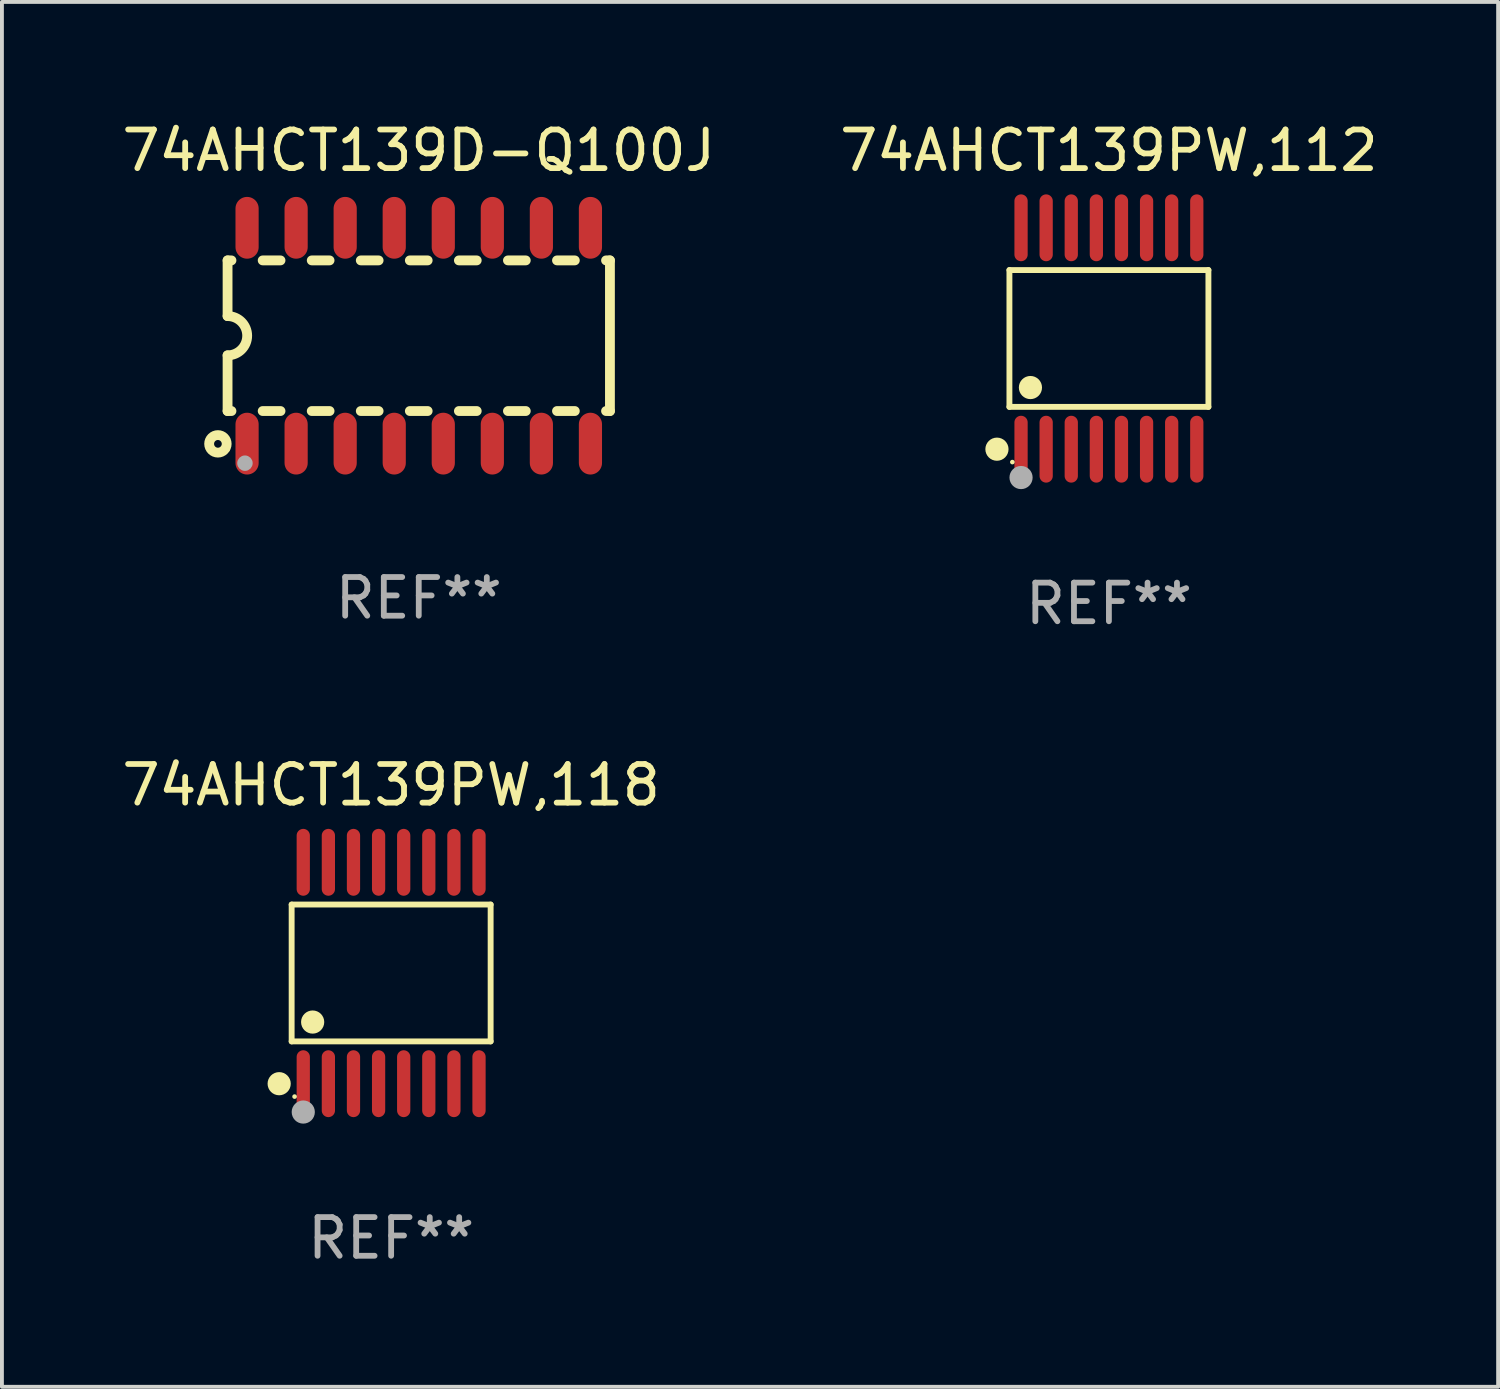
<source format=kicad_pcb>
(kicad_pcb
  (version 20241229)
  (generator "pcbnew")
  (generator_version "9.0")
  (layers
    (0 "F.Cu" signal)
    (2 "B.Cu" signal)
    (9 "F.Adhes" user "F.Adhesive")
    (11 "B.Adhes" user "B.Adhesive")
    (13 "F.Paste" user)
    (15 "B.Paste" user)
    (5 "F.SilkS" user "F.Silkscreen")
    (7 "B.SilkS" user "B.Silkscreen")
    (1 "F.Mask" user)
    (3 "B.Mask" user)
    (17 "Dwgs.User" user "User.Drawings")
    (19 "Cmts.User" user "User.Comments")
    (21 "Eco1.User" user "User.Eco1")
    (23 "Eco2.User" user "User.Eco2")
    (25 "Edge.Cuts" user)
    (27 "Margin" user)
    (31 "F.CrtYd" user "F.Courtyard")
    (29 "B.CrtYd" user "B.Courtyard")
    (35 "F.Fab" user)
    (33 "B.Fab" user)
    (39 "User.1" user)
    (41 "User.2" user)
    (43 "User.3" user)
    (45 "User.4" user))
  (footprint "74AHCT139D-Q100J"
    (layer "F.Cu")
    (at 7.792 5.642)
    (property "Reference" "74AHCT139D-Q100J" (at 0 -4.794 0) (layer "F.SilkS") (effects (font (size 1 1) (thickness 0.15))))
    (attr through_hole)
    (fp_line (start -4.95 -1.95) (end -4.95 -0.508) (stroke (width 0.254) (type solid)) (layer "F.SilkS"))
    (fp_line (start -4.95 -1.95) (end -4.849 -1.95) (stroke (width 0.254) (type solid)) (layer "F.SilkS"))
    (fp_line (start -4.95 1.95) (end -4.95 0.508) (stroke (width 0.254) (type solid)) (layer "F.SilkS"))
    (fp_line (start -4.95 1.95) (end -4.849 1.95) (stroke (width 0.254) (type solid)) (layer "F.SilkS"))
    (fp_line (start -4.041 -1.95) (end -3.579 -1.95) (stroke (width 0.254) (type solid)) (layer "F.SilkS"))
    (fp_line (start -4.041 1.95) (end -3.579 1.95) (stroke (width 0.254) (type solid)) (layer "F.SilkS"))
    (fp_line (start -2.771 -1.95) (end -2.309 -1.95) (stroke (width 0.254) (type solid)) (layer "F.SilkS"))
    (fp_line (start -2.771 1.95) (end -2.309 1.95) (stroke (width 0.254) (type solid)) (layer "F.SilkS"))
    (fp_line (start -1.501 -1.95) (end -1.039 -1.95) (stroke (width 0.254) (type solid)) (layer "F.SilkS"))
    (fp_line (start -1.501 1.95) (end -1.039 1.95) (stroke (width 0.254) (type solid)) (layer "F.SilkS"))
    (fp_line (start -0.231 -1.95) (end 0.231 -1.95) (stroke (width 0.254) (type solid)) (layer "F.SilkS"))
    (fp_line (start -0.231 1.95) (end 0.231 1.95) (stroke (width 0.254) (type solid)) (layer "F.SilkS"))
    (fp_line (start 1.039 -1.95) (end 1.501 -1.95) (stroke (width 0.254) (type solid)) (layer "F.SilkS"))
    (fp_line (start 1.039 1.95) (end 1.501 1.95) (stroke (width 0.254) (type solid)) (layer "F.SilkS"))
    (fp_line (start 2.309 -1.95) (end 2.771 -1.95) (stroke (width 0.254) (type solid)) (layer "F.SilkS"))
    (fp_line (start 2.309 1.95) (end 2.771 1.95) (stroke (width 0.254) (type solid)) (layer "F.SilkS"))
    (fp_line (start 3.579 -1.95) (end 4.041 -1.95) (stroke (width 0.254) (type solid)) (layer "F.SilkS"))
    (fp_line (start 3.579 1.95) (end 4.041 1.95) (stroke (width 0.254) (type solid)) (layer "F.SilkS"))
    (fp_line (start 4.849 -1.95) (end 4.95 -1.95) (stroke (width 0.254) (type solid)) (layer "F.SilkS"))
    (fp_line (start 4.849 1.95) (end 4.95 1.95) (stroke (width 0.254) (type solid)) (layer "F.SilkS"))
    (fp_line (start 4.95 -1.95) (end 4.95 1.95) (stroke (width 0.254) (type solid)) (layer "F.SilkS"))
    (fp_arc (start -4.95047 -0.508001) (mid -4.442469 -0.000228) (end -4.950013 0.508001) (stroke (width 0.254001) (type solid)) (layer "F.SilkS"))
    (fp_circle (center -5.2 2.8) (end -5.1 2.8) (stroke (width 0.254) (type solid)) (fill no) (layer "F.SilkS"))
    (fp_circle (center -4.95 2.947) (end -4.92 2.947) (stroke (width 0.06) (type solid)) (fill no) (layer "F.SilkS"))
    (fp_circle (center -4.5 3.3) (end -4.4 3.3) (stroke (width 0.2) (type solid)) (fill no) (layer "F.Fab"))
    (fp_text user "REF**" (at 0 6.794 0) (layer "F.Fab") (effects (font (size 1 1) (thickness 0.15))))
    (pad "1" smd oval (at -4.445 2.794) (size 0.6 1.6) (layers "F.Cu" "F.Mask" "F.Paste"))
    (pad "2" smd oval (at -3.175 2.794) (size 0.6 1.6) (layers "F.Cu" "F.Mask" "F.Paste"))
    (pad "3" smd oval (at -1.905 2.794) (size 0.6 1.6) (layers "F.Cu" "F.Mask" "F.Paste"))
    (pad "4" smd oval (at -0.635 2.794) (size 0.6 1.6) (layers "F.Cu" "F.Mask" "F.Paste"))
    (pad "5" smd oval (at 0.635 2.794) (size 0.6 1.6) (layers "F.Cu" "F.Mask" "F.Paste"))
    (pad "6" smd oval (at 1.905 2.794) (size 0.6 1.6) (layers "F.Cu" "F.Mask" "F.Paste"))
    (pad "7" smd oval (at 3.175 2.794) (size 0.6 1.6) (layers "F.Cu" "F.Mask" "F.Paste"))
    (pad "8" smd oval (at 4.445 2.794) (size 0.6 1.6) (layers "F.Cu" "F.Mask" "F.Paste"))
    (pad "9" smd oval (at 4.445 -2.794) (size 0.6 1.6) (layers "F.Cu" "F.Mask" "F.Paste"))
    (pad "10" smd oval (at 3.175 -2.794) (size 0.6 1.6) (layers "F.Cu" "F.Mask" "F.Paste"))
    (pad "11" smd oval (at 1.905 -2.794) (size 0.6 1.6) (layers "F.Cu" "F.Mask" "F.Paste"))
    (pad "12" smd oval (at 0.635 -2.794) (size 0.6 1.6) (layers "F.Cu" "F.Mask" "F.Paste"))
    (pad "13" smd oval (at -0.635 -2.794) (size 0.6 1.6) (layers "F.Cu" "F.Mask" "F.Paste"))
    (pad "14" smd oval (at -1.905 -2.794) (size 0.6 1.6) (layers "F.Cu" "F.Mask" "F.Paste"))
    (pad "15" smd oval (at -3.175 -2.794) (size 0.6 1.6) (layers "F.Cu" "F.Mask" "F.Paste"))
    (pad "16" smd oval (at -4.445 -2.794) (size 0.6 1.6) (layers "F.Cu" "F.Mask" "F.Paste")))
  (footprint "74AHCT139PW,112"
    (layer "F.Cu")
    (at 25.661 5.714)
    (property "Reference" "74AHCT139PW,112" (at 0 -4.866 0) (layer "F.SilkS") (effects (font (size 1 1) (thickness 0.15))))
    (attr through_hole)
    (fp_line (start -2.576 -1.772) (end 2.576 -1.772) (stroke (width 0.152) (type solid)) (layer "F.SilkS"))
    (fp_line (start -2.576 1.771) (end -2.576 -1.772) (stroke (width 0.152) (type solid)) (layer "F.SilkS"))
    (fp_line (start 2.576 -1.772) (end 2.576 1.771) (stroke (width 0.152) (type solid)) (layer "F.SilkS"))
    (fp_line (start 2.576 1.771) (end -2.576 1.771) (stroke (width 0.152) (type solid)) (layer "F.SilkS"))
    (fp_circle (center -2.899 2.866) (end -2.749 2.866) (stroke (width 0.3) (type solid)) (fill no) (layer "F.SilkS"))
    (fp_circle (center -2.5 3.2) (end -2.47 3.2) (stroke (width 0.06) (type solid)) (fill no) (layer "F.SilkS"))
    (fp_circle (center -2.032 1.27) (end -1.882 1.27) (stroke (width 0.3) (type solid)) (fill no) (layer "F.SilkS"))
    (fp_circle (center -2.275 3.6) (end -2.125 3.6) (stroke (width 0.3) (type solid)) (fill no) (layer "F.Fab"))
    (fp_text user "REF**" (at 0 6.866 0) (layer "F.Fab") (effects (font (size 1 1) (thickness 0.15))))
    (pad "1" smd oval (at -2.275 2.866) (size 0.343 1.731) (layers "F.Cu" "F.Mask" "F.Paste"))
    (pad "2" smd oval (at -1.625 2.866) (size 0.343 1.731) (layers "F.Cu" "F.Mask" "F.Paste"))
    (pad "3" smd oval (at -0.975 2.866) (size 0.343 1.731) (layers "F.Cu" "F.Mask" "F.Paste"))
    (pad "4" smd oval (at -0.325 2.866) (size 0.343 1.731) (layers "F.Cu" "F.Mask" "F.Paste"))
    (pad "5" smd oval (at 0.325 2.866) (size 0.343 1.731) (layers "F.Cu" "F.Mask" "F.Paste"))
    (pad "6" smd oval (at 0.975 2.866) (size 0.343 1.731) (layers "F.Cu" "F.Mask" "F.Paste"))
    (pad "7" smd oval (at 1.625 2.866) (size 0.343 1.731) (layers "F.Cu" "F.Mask" "F.Paste"))
    (pad "8" smd oval (at 2.275 2.866) (size 0.343 1.731) (layers "F.Cu" "F.Mask" "F.Paste"))
    (pad "9" smd oval (at 2.275 -2.866) (size 0.343 1.731) (layers "F.Cu" "F.Mask" "F.Paste"))
    (pad "10" smd oval (at 1.625 -2.866) (size 0.343 1.731) (layers "F.Cu" "F.Mask" "F.Paste"))
    (pad "11" smd oval (at 0.975 -2.866) (size 0.343 1.731) (layers "F.Cu" "F.Mask" "F.Paste"))
    (pad "12" smd oval (at 0.325 -2.866) (size 0.343 1.731) (layers "F.Cu" "F.Mask" "F.Paste"))
    (pad "13" smd oval (at -0.325 -2.866) (size 0.343 1.731) (layers "F.Cu" "F.Mask" "F.Paste"))
    (pad "14" smd oval (at -0.975 -2.866) (size 0.343 1.731) (layers "F.Cu" "F.Mask" "F.Paste"))
    (pad "15" smd oval (at -1.625 -2.866) (size 0.343 1.731) (layers "F.Cu" "F.Mask" "F.Paste"))
    (pad "16" smd oval (at -2.275 -2.866) (size 0.343 1.731) (layers "F.Cu" "F.Mask" "F.Paste")))
  (footprint "74AHCT139PW,118"
    (layer "F.Cu")
    (at 7.077 22.142)
    (property "Reference" "74AHCT139PW,118" (at 0 -4.866 0) (layer "F.SilkS") (effects (font (size 1 1) (thickness 0.15))))
    (attr through_hole)
    (fp_line (start -2.576 -1.772) (end 2.576 -1.772) (stroke (width 0.152) (type solid)) (layer "F.SilkS"))
    (fp_line (start -2.576 1.771) (end -2.576 -1.772) (stroke (width 0.152) (type solid)) (layer "F.SilkS"))
    (fp_line (start 2.576 -1.772) (end 2.576 1.771) (stroke (width 0.152) (type solid)) (layer "F.SilkS"))
    (fp_line (start 2.576 1.771) (end -2.576 1.771) (stroke (width 0.152) (type solid)) (layer "F.SilkS"))
    (fp_circle (center -2.899 2.866) (end -2.749 2.866) (stroke (width 0.3) (type solid)) (fill no) (layer "F.SilkS"))
    (fp_circle (center -2.5 3.2) (end -2.47 3.2) (stroke (width 0.06) (type solid)) (fill no) (layer "F.SilkS"))
    (fp_circle (center -2.032 1.27) (end -1.882 1.27) (stroke (width 0.3) (type solid)) (fill no) (layer "F.SilkS"))
    (fp_circle (center -2.275 3.6) (end -2.125 3.6) (stroke (width 0.3) (type solid)) (fill no) (layer "F.Fab"))
    (fp_text user "REF**" (at 0 6.866 0) (layer "F.Fab") (effects (font (size 1 1) (thickness 0.15))))
    (pad "1" smd oval (at -2.275 2.866) (size 0.343 1.731) (layers "F.Cu" "F.Mask" "F.Paste"))
    (pad "2" smd oval (at -1.625 2.866) (size 0.343 1.731) (layers "F.Cu" "F.Mask" "F.Paste"))
    (pad "3" smd oval (at -0.975 2.866) (size 0.343 1.731) (layers "F.Cu" "F.Mask" "F.Paste"))
    (pad "4" smd oval (at -0.325 2.866) (size 0.343 1.731) (layers "F.Cu" "F.Mask" "F.Paste"))
    (pad "5" smd oval (at 0.325 2.866) (size 0.343 1.731) (layers "F.Cu" "F.Mask" "F.Paste"))
    (pad "6" smd oval (at 0.975 2.866) (size 0.343 1.731) (layers "F.Cu" "F.Mask" "F.Paste"))
    (pad "7" smd oval (at 1.625 2.866) (size 0.343 1.731) (layers "F.Cu" "F.Mask" "F.Paste"))
    (pad "8" smd oval (at 2.275 2.866) (size 0.343 1.731) (layers "F.Cu" "F.Mask" "F.Paste"))
    (pad "9" smd oval (at 2.275 -2.866) (size 0.343 1.731) (layers "F.Cu" "F.Mask" "F.Paste"))
    (pad "10" smd oval (at 1.625 -2.866) (size 0.343 1.731) (layers "F.Cu" "F.Mask" "F.Paste"))
    (pad "11" smd oval (at 0.975 -2.866) (size 0.343 1.731) (layers "F.Cu" "F.Mask" "F.Paste"))
    (pad "12" smd oval (at 0.325 -2.866) (size 0.343 1.731) (layers "F.Cu" "F.Mask" "F.Paste"))
    (pad "13" smd oval (at -0.325 -2.866) (size 0.343 1.731) (layers "F.Cu" "F.Mask" "F.Paste"))
    (pad "14" smd oval (at -0.975 -2.866) (size 0.343 1.731) (layers "F.Cu" "F.Mask" "F.Paste"))
    (pad "15" smd oval (at -1.625 -2.866) (size 0.343 1.731) (layers "F.Cu" "F.Mask" "F.Paste"))
    (pad "16" smd oval (at -2.275 -2.866) (size 0.343 1.731) (layers "F.Cu" "F.Mask" "F.Paste")))
  (gr_rect
    (start -3 -3)
    (end 35.738 32.856)
    (stroke (width 0.1) (type default))
    (fill no)
    (layer "Edge.Cuts")))
</source>
